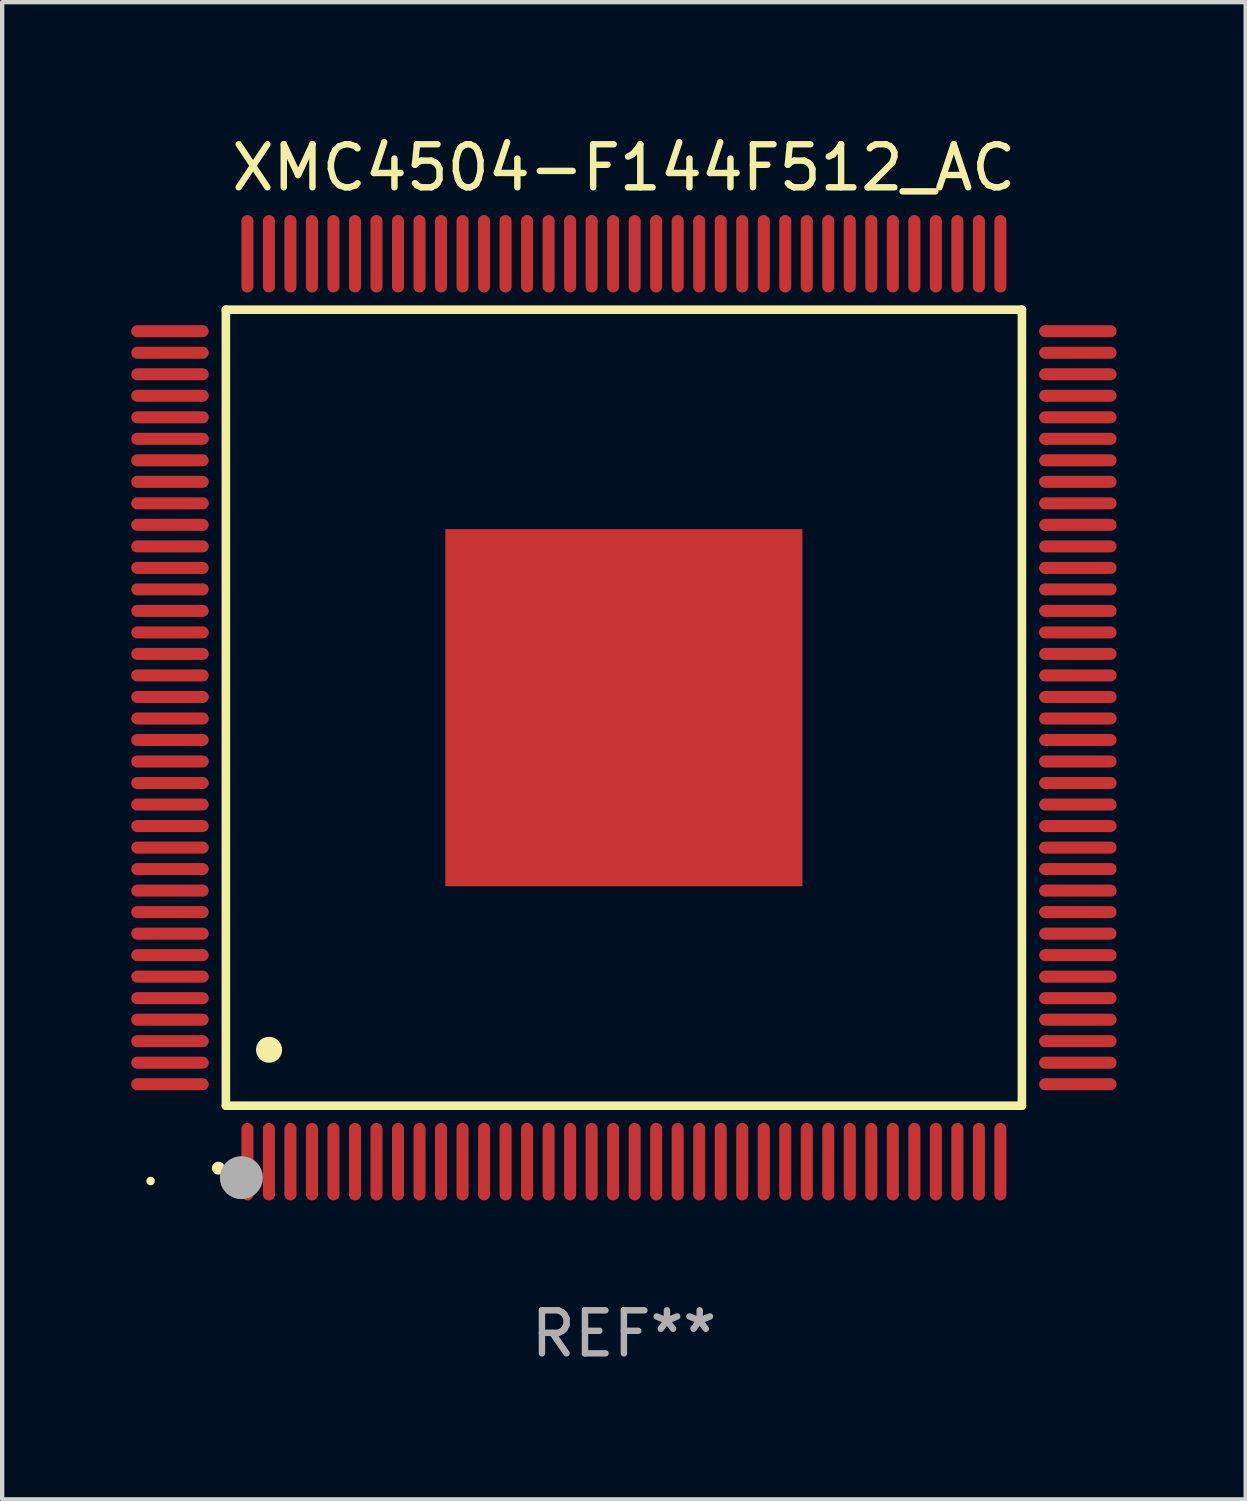
<source format=kicad_pcb>
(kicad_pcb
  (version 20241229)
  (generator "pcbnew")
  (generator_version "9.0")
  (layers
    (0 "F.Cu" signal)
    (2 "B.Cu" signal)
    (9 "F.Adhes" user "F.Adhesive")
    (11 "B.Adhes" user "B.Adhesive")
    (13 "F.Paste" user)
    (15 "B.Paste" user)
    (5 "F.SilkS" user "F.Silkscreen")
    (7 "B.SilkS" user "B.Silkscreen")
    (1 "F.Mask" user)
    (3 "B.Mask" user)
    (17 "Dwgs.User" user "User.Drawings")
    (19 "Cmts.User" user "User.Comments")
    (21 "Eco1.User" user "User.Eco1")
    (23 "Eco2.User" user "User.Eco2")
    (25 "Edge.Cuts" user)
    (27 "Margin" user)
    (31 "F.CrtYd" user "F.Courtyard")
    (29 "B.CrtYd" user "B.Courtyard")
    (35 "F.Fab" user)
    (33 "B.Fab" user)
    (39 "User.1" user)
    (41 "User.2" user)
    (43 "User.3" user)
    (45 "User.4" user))
  (footprint "XMC4504-F144F512_AC"
    (layer "F.Cu")
    (at 11.45 13.398)
    (property "Reference" "XMC4504-F144F512_AC" (at 0 -12.55 0) (layer "F.SilkS") (effects (font (size 1 1) (thickness 0.15))))
    (attr through_hole)
    (fp_line (start -9.25 -9.25) (end 9.25 -9.25) (stroke (width 0.2) (type solid)) (layer "F.SilkS"))
    (fp_line (start -9.25 9.25) (end -9.25 -9.25) (stroke (width 0.2) (type solid)) (layer "F.SilkS"))
    (fp_line (start 9.25 -9.25) (end 9.25 9.25) (stroke (width 0.2) (type solid)) (layer "F.SilkS"))
    (fp_line (start 9.25 9.25) (end -9.25 9.25) (stroke (width 0.2) (type solid)) (layer "F.SilkS"))
    (fp_arc (start -9.425959 10.701041) (mid -9.424689 10.701036) (end -9.423419 10.701041) (stroke (width 0.3) (type solid)) (layer "F.SilkS"))
    (fp_arc (start -8.249936 7.950216) (mid -8.247396 7.950205) (end -8.244856 7.950216) (stroke (width 0.6) (type solid)) (layer "F.SilkS"))
    (fp_circle (center -11 11) (end -10.95 11) (stroke (width 0.1) (type solid)) (fill no) (layer "F.SilkS"))
    (fp_circle (center -8.89 10.922) (end -8.64 10.922) (stroke (width 0.5) (type solid)) (fill no) (layer "F.Fab"))
    (fp_text user "REF**" (at 0 14.55 0) (layer "F.Fab") (effects (font (size 1 1) (thickness 0.15))))
    (pad "1" smd oval (at -8.75 10.55) (size 0.28 1.8) (layers "F.Cu" "F.Mask" "F.Paste"))
    (pad "2" smd oval (at -8.25 10.55) (size 0.28 1.8) (layers "F.Cu" "F.Mask" "F.Paste"))
    (pad "3" smd oval (at -7.75 10.55) (size 0.28 1.8) (layers "F.Cu" "F.Mask" "F.Paste"))
    (pad "4" smd oval (at -7.25 10.55) (size 0.28 1.8) (layers "F.Cu" "F.Mask" "F.Paste"))
    (pad "5" smd oval (at -6.75 10.55) (size 0.28 1.8) (layers "F.Cu" "F.Mask" "F.Paste"))
    (pad "6" smd oval (at -6.25 10.55) (size 0.28 1.8) (layers "F.Cu" "F.Mask" "F.Paste"))
    (pad "7" smd oval (at -5.75 10.55) (size 0.28 1.8) (layers "F.Cu" "F.Mask" "F.Paste"))
    (pad "8" smd oval (at -5.25 10.55) (size 0.28 1.8) (layers "F.Cu" "F.Mask" "F.Paste"))
    (pad "9" smd oval (at -4.75 10.55) (size 0.28 1.8) (layers "F.Cu" "F.Mask" "F.Paste"))
    (pad "10" smd oval (at -4.25 10.55) (size 0.28 1.8) (layers "F.Cu" "F.Mask" "F.Paste"))
    (pad "11" smd oval (at -3.75 10.55) (size 0.28 1.8) (layers "F.Cu" "F.Mask" "F.Paste"))
    (pad "12" smd oval (at -3.25 10.55) (size 0.28 1.8) (layers "F.Cu" "F.Mask" "F.Paste"))
    (pad "13" smd oval (at -2.75 10.55) (size 0.28 1.8) (layers "F.Cu" "F.Mask" "F.Paste"))
    (pad "14" smd oval (at -2.25 10.55) (size 0.28 1.8) (layers "F.Cu" "F.Mask" "F.Paste"))
    (pad "15" smd oval (at -1.75 10.55) (size 0.28 1.8) (layers "F.Cu" "F.Mask" "F.Paste"))
    (pad "16" smd oval (at -1.25 10.55) (size 0.28 1.8) (layers "F.Cu" "F.Mask" "F.Paste"))
    (pad "17" smd oval (at -0.75 10.55) (size 0.28 1.8) (layers "F.Cu" "F.Mask" "F.Paste"))
    (pad "18" smd oval (at -0.25 10.55) (size 0.28 1.8) (layers "F.Cu" "F.Mask" "F.Paste"))
    (pad "19" smd oval (at 0.25 10.55) (size 0.28 1.8) (layers "F.Cu" "F.Mask" "F.Paste"))
    (pad "20" smd oval (at 0.75 10.55) (size 0.28 1.8) (layers "F.Cu" "F.Mask" "F.Paste"))
    (pad "21" smd oval (at 1.25 10.55) (size 0.28 1.8) (layers "F.Cu" "F.Mask" "F.Paste"))
    (pad "22" smd oval (at 1.75 10.55) (size 0.28 1.8) (layers "F.Cu" "F.Mask" "F.Paste"))
    (pad "23" smd oval (at 2.25 10.55) (size 0.28 1.8) (layers "F.Cu" "F.Mask" "F.Paste"))
    (pad "24" smd oval (at 2.75 10.55) (size 0.28 1.8) (layers "F.Cu" "F.Mask" "F.Paste"))
    (pad "25" smd oval (at 3.25 10.55) (size 0.28 1.8) (layers "F.Cu" "F.Mask" "F.Paste"))
    (pad "26" smd oval (at 3.75 10.55) (size 0.28 1.8) (layers "F.Cu" "F.Mask" "F.Paste"))
    (pad "27" smd oval (at 4.25 10.55) (size 0.28 1.8) (layers "F.Cu" "F.Mask" "F.Paste"))
    (pad "28" smd oval (at 4.75 10.55) (size 0.28 1.8) (layers "F.Cu" "F.Mask" "F.Paste"))
    (pad "29" smd oval (at 5.25 10.55) (size 0.28 1.8) (layers "F.Cu" "F.Mask" "F.Paste"))
    (pad "30" smd oval (at 5.75 10.55) (size 0.28 1.8) (layers "F.Cu" "F.Mask" "F.Paste"))
    (pad "31" smd oval (at 6.25 10.55) (size 0.28 1.8) (layers "F.Cu" "F.Mask" "F.Paste"))
    (pad "32" smd oval (at 6.75 10.55) (size 0.28 1.8) (layers "F.Cu" "F.Mask" "F.Paste"))
    (pad "33" smd oval (at 7.25 10.55) (size 0.28 1.8) (layers "F.Cu" "F.Mask" "F.Paste"))
    (pad "34" smd oval (at 7.75 10.55) (size 0.28 1.8) (layers "F.Cu" "F.Mask" "F.Paste"))
    (pad "35" smd oval (at 8.25 10.55) (size 0.28 1.8) (layers "F.Cu" "F.Mask" "F.Paste"))
    (pad "36" smd oval (at 8.75 10.55) (size 0.28 1.8) (layers "F.Cu" "F.Mask" "F.Paste"))
    (pad "37" smd oval (at 10.55 8.75) (size 1.8 0.28) (layers "F.Cu" "F.Mask" "F.Paste"))
    (pad "38" smd oval (at 10.55 8.25) (size 1.8 0.28) (layers "F.Cu" "F.Mask" "F.Paste"))
    (pad "39" smd oval (at 10.55 7.75) (size 1.8 0.28) (layers "F.Cu" "F.Mask" "F.Paste"))
    (pad "40" smd oval (at 10.55 7.25) (size 1.8 0.28) (layers "F.Cu" "F.Mask" "F.Paste"))
    (pad "41" smd oval (at 10.55 6.75) (size 1.8 0.28) (layers "F.Cu" "F.Mask" "F.Paste"))
    (pad "42" smd oval (at 10.55 6.25) (size 1.8 0.28) (layers "F.Cu" "F.Mask" "F.Paste"))
    (pad "43" smd oval (at 10.55 5.75) (size 1.8 0.28) (layers "F.Cu" "F.Mask" "F.Paste"))
    (pad "44" smd oval (at 10.55 5.25) (size 1.8 0.28) (layers "F.Cu" "F.Mask" "F.Paste"))
    (pad "45" smd oval (at 10.55 4.75) (size 1.8 0.28) (layers "F.Cu" "F.Mask" "F.Paste"))
    (pad "46" smd oval (at 10.55 4.25) (size 1.8 0.28) (layers "F.Cu" "F.Mask" "F.Paste"))
    (pad "47" smd oval (at 10.55 3.75) (size 1.8 0.28) (layers "F.Cu" "F.Mask" "F.Paste"))
    (pad "48" smd oval (at 10.55 3.25) (size 1.8 0.28) (layers "F.Cu" "F.Mask" "F.Paste"))
    (pad "49" smd oval (at 10.55 2.75) (size 1.8 0.28) (layers "F.Cu" "F.Mask" "F.Paste"))
    (pad "50" smd oval (at 10.55 2.25) (size 1.8 0.28) (layers "F.Cu" "F.Mask" "F.Paste"))
    (pad "51" smd oval (at 10.55 1.75) (size 1.8 0.28) (layers "F.Cu" "F.Mask" "F.Paste"))
    (pad "52" smd oval (at 10.55 1.25) (size 1.8 0.28) (layers "F.Cu" "F.Mask" "F.Paste"))
    (pad "53" smd oval (at 10.55 0.75) (size 1.8 0.28) (layers "F.Cu" "F.Mask" "F.Paste"))
    (pad "54" smd oval (at 10.55 0.25) (size 1.8 0.28) (layers "F.Cu" "F.Mask" "F.Paste"))
    (pad "55" smd oval (at 10.55 -0.25) (size 1.8 0.28) (layers "F.Cu" "F.Mask" "F.Paste"))
    (pad "56" smd oval (at 10.55 -0.75) (size 1.8 0.28) (layers "F.Cu" "F.Mask" "F.Paste"))
    (pad "57" smd oval (at 10.55 -1.25) (size 1.8 0.28) (layers "F.Cu" "F.Mask" "F.Paste"))
    (pad "58" smd oval (at 10.55 -1.75) (size 1.8 0.28) (layers "F.Cu" "F.Mask" "F.Paste"))
    (pad "59" smd oval (at 10.55 -2.25) (size 1.8 0.28) (layers "F.Cu" "F.Mask" "F.Paste"))
    (pad "60" smd oval (at 10.55 -2.75) (size 1.8 0.28) (layers "F.Cu" "F.Mask" "F.Paste"))
    (pad "61" smd oval (at 10.55 -3.25) (size 1.8 0.28) (layers "F.Cu" "F.Mask" "F.Paste"))
    (pad "62" smd oval (at 10.55 -3.75) (size 1.8 0.28) (layers "F.Cu" "F.Mask" "F.Paste"))
    (pad "63" smd oval (at 10.55 -4.25) (size 1.8 0.28) (layers "F.Cu" "F.Mask" "F.Paste"))
    (pad "64" smd oval (at 10.55 -4.75) (size 1.8 0.28) (layers "F.Cu" "F.Mask" "F.Paste"))
    (pad "65" smd oval (at 10.55 -5.25) (size 1.8 0.28) (layers "F.Cu" "F.Mask" "F.Paste"))
    (pad "66" smd oval (at 10.55 -5.75) (size 1.8 0.28) (layers "F.Cu" "F.Mask" "F.Paste"))
    (pad "67" smd oval (at 10.55 -6.25) (size 1.8 0.28) (layers "F.Cu" "F.Mask" "F.Paste"))
    (pad "68" smd oval (at 10.55 -6.75) (size 1.8 0.28) (layers "F.Cu" "F.Mask" "F.Paste"))
    (pad "69" smd oval (at 10.55 -7.25) (size 1.8 0.28) (layers "F.Cu" "F.Mask" "F.Paste"))
    (pad "70" smd oval (at 10.55 -7.75) (size 1.8 0.28) (layers "F.Cu" "F.Mask" "F.Paste"))
    (pad "71" smd oval (at 10.55 -8.25) (size 1.8 0.28) (layers "F.Cu" "F.Mask" "F.Paste"))
    (pad "72" smd oval (at 10.55 -8.75) (size 1.8 0.28) (layers "F.Cu" "F.Mask" "F.Paste"))
    (pad "73" smd oval (at 8.75 -10.55) (size 0.28 1.8) (layers "F.Cu" "F.Mask" "F.Paste"))
    (pad "74" smd oval (at 8.25 -10.55) (size 0.28 1.8) (layers "F.Cu" "F.Mask" "F.Paste"))
    (pad "75" smd oval (at 7.75 -10.55) (size 0.28 1.8) (layers "F.Cu" "F.Mask" "F.Paste"))
    (pad "76" smd oval (at 7.25 -10.55) (size 0.28 1.8) (layers "F.Cu" "F.Mask" "F.Paste"))
    (pad "77" smd oval (at 6.75 -10.55) (size 0.28 1.8) (layers "F.Cu" "F.Mask" "F.Paste"))
    (pad "78" smd oval (at 6.25 -10.55) (size 0.28 1.8) (layers "F.Cu" "F.Mask" "F.Paste"))
    (pad "79" smd oval (at 5.75 -10.55) (size 0.28 1.8) (layers "F.Cu" "F.Mask" "F.Paste"))
    (pad "80" smd oval (at 5.25 -10.55) (size 0.28 1.8) (layers "F.Cu" "F.Mask" "F.Paste"))
    (pad "81" smd oval (at 4.75 -10.55) (size 0.28 1.8) (layers "F.Cu" "F.Mask" "F.Paste"))
    (pad "82" smd oval (at 4.25 -10.55) (size 0.28 1.8) (layers "F.Cu" "F.Mask" "F.Paste"))
    (pad "83" smd oval (at 3.75 -10.55) (size 0.28 1.8) (layers "F.Cu" "F.Mask" "F.Paste"))
    (pad "84" smd oval (at 3.25 -10.55) (size 0.28 1.8) (layers "F.Cu" "F.Mask" "F.Paste"))
    (pad "85" smd oval (at 2.75 -10.55) (size 0.28 1.8) (layers "F.Cu" "F.Mask" "F.Paste"))
    (pad "86" smd oval (at 2.25 -10.55) (size 0.28 1.8) (layers "F.Cu" "F.Mask" "F.Paste"))
    (pad "87" smd oval (at 1.75 -10.55) (size 0.28 1.8) (layers "F.Cu" "F.Mask" "F.Paste"))
    (pad "88" smd oval (at 1.25 -10.55) (size 0.28 1.8) (layers "F.Cu" "F.Mask" "F.Paste"))
    (pad "89" smd oval (at 0.75 -10.55) (size 0.28 1.8) (layers "F.Cu" "F.Mask" "F.Paste"))
    (pad "90" smd oval (at 0.25 -10.55) (size 0.28 1.8) (layers "F.Cu" "F.Mask" "F.Paste"))
    (pad "91" smd oval (at -0.25 -10.55) (size 0.28 1.8) (layers "F.Cu" "F.Mask" "F.Paste"))
    (pad "92" smd oval (at -0.75 -10.55) (size 0.28 1.8) (layers "F.Cu" "F.Mask" "F.Paste"))
    (pad "93" smd oval (at -1.25 -10.55) (size 0.28 1.8) (layers "F.Cu" "F.Mask" "F.Paste"))
    (pad "94" smd oval (at -1.75 -10.55) (size 0.28 1.8) (layers "F.Cu" "F.Mask" "F.Paste"))
    (pad "95" smd oval (at -2.25 -10.55) (size 0.28 1.8) (layers "F.Cu" "F.Mask" "F.Paste"))
    (pad "96" smd oval (at -2.75 -10.55) (size 0.28 1.8) (layers "F.Cu" "F.Mask" "F.Paste"))
    (pad "97" smd oval (at -3.25 -10.55) (size 0.28 1.8) (layers "F.Cu" "F.Mask" "F.Paste"))
    (pad "98" smd oval (at -3.75 -10.55) (size 0.28 1.8) (layers "F.Cu" "F.Mask" "F.Paste"))
    (pad "99" smd oval (at -4.25 -10.55) (size 0.28 1.8) (layers "F.Cu" "F.Mask" "F.Paste"))
    (pad "100" smd oval (at -4.75 -10.55) (size 0.28 1.8) (layers "F.Cu" "F.Mask" "F.Paste"))
    (pad "101" smd oval (at -5.25 -10.55) (size 0.28 1.8) (layers "F.Cu" "F.Mask" "F.Paste"))
    (pad "102" smd oval (at -5.75 -10.55) (size 0.28 1.8) (layers "F.Cu" "F.Mask" "F.Paste"))
    (pad "103" smd oval (at -6.25 -10.55) (size 0.28 1.8) (layers "F.Cu" "F.Mask" "F.Paste"))
    (pad "104" smd oval (at -6.75 -10.55) (size 0.28 1.8) (layers "F.Cu" "F.Mask" "F.Paste"))
    (pad "105" smd oval (at -7.25 -10.55) (size 0.28 1.8) (layers "F.Cu" "F.Mask" "F.Paste"))
    (pad "106" smd oval (at -7.75 -10.55) (size 0.28 1.8) (layers "F.Cu" "F.Mask" "F.Paste"))
    (pad "107" smd oval (at -8.25 -10.55) (size 0.28 1.8) (layers "F.Cu" "F.Mask" "F.Paste"))
    (pad "108" smd oval (at -8.75 -10.55) (size 0.28 1.8) (layers "F.Cu" "F.Mask" "F.Paste"))
    (pad "109" smd oval (at -10.55 -8.75) (size 1.8 0.28) (layers "F.Cu" "F.Mask" "F.Paste"))
    (pad "110" smd oval (at -10.55 -8.25) (size 1.8 0.28) (layers "F.Cu" "F.Mask" "F.Paste"))
    (pad "111" smd oval (at -10.55 -7.75) (size 1.8 0.28) (layers "F.Cu" "F.Mask" "F.Paste"))
    (pad "112" smd oval (at -10.55 -7.25) (size 1.8 0.28) (layers "F.Cu" "F.Mask" "F.Paste"))
    (pad "113" smd oval (at -10.55 -6.75) (size 1.8 0.28) (layers "F.Cu" "F.Mask" "F.Paste"))
    (pad "114" smd oval (at -10.55 -6.25) (size 1.8 0.28) (layers "F.Cu" "F.Mask" "F.Paste"))
    (pad "115" smd oval (at -10.55 -5.75) (size 1.8 0.28) (layers "F.Cu" "F.Mask" "F.Paste"))
    (pad "116" smd oval (at -10.55 -5.25) (size 1.8 0.28) (layers "F.Cu" "F.Mask" "F.Paste"))
    (pad "117" smd oval (at -10.55 -4.75) (size 1.8 0.28) (layers "F.Cu" "F.Mask" "F.Paste"))
    (pad "118" smd oval (at -10.55 -4.25) (size 1.8 0.28) (layers "F.Cu" "F.Mask" "F.Paste"))
    (pad "119" smd oval (at -10.55 -3.75) (size 1.8 0.28) (layers "F.Cu" "F.Mask" "F.Paste"))
    (pad "120" smd oval (at -10.55 -3.25) (size 1.8 0.28) (layers "F.Cu" "F.Mask" "F.Paste"))
    (pad "121" smd oval (at -10.55 -2.75) (size 1.8 0.28) (layers "F.Cu" "F.Mask" "F.Paste"))
    (pad "122" smd oval (at -10.55 -2.25) (size 1.8 0.28) (layers "F.Cu" "F.Mask" "F.Paste"))
    (pad "123" smd oval (at -10.55 -1.75) (size 1.8 0.28) (layers "F.Cu" "F.Mask" "F.Paste"))
    (pad "124" smd oval (at -10.55 -1.25) (size 1.8 0.28) (layers "F.Cu" "F.Mask" "F.Paste"))
    (pad "125" smd oval (at -10.55 -0.75) (size 1.8 0.28) (layers "F.Cu" "F.Mask" "F.Paste"))
    (pad "126" smd oval (at -10.55 -0.25) (size 1.8 0.28) (layers "F.Cu" "F.Mask" "F.Paste"))
    (pad "127" smd oval (at -10.55 0.25) (size 1.8 0.28) (layers "F.Cu" "F.Mask" "F.Paste"))
    (pad "128" smd oval (at -10.55 0.75) (size 1.8 0.28) (layers "F.Cu" "F.Mask" "F.Paste"))
    (pad "129" smd oval (at -10.55 1.25) (size 1.8 0.28) (layers "F.Cu" "F.Mask" "F.Paste"))
    (pad "130" smd oval (at -10.55 1.75) (size 1.8 0.28) (layers "F.Cu" "F.Mask" "F.Paste"))
    (pad "131" smd oval (at -10.55 2.25) (size 1.8 0.28) (layers "F.Cu" "F.Mask" "F.Paste"))
    (pad "132" smd oval (at -10.55 2.75) (size 1.8 0.28) (layers "F.Cu" "F.Mask" "F.Paste"))
    (pad "133" smd oval (at -10.55 3.25) (size 1.8 0.28) (layers "F.Cu" "F.Mask" "F.Paste"))
    (pad "134" smd oval (at -10.55 3.75) (size 1.8 0.28) (layers "F.Cu" "F.Mask" "F.Paste"))
    (pad "135" smd oval (at -10.55 4.25) (size 1.8 0.28) (layers "F.Cu" "F.Mask" "F.Paste"))
    (pad "136" smd oval (at -10.55 4.75) (size 1.8 0.28) (layers "F.Cu" "F.Mask" "F.Paste"))
    (pad "137" smd oval (at -10.55 5.25) (size 1.8 0.28) (layers "F.Cu" "F.Mask" "F.Paste"))
    (pad "138" smd oval (at -10.55 5.75) (size 1.8 0.28) (layers "F.Cu" "F.Mask" "F.Paste"))
    (pad "139" smd oval (at -10.55 6.25) (size 1.8 0.28) (layers "F.Cu" "F.Mask" "F.Paste"))
    (pad "140" smd oval (at -10.55 6.75) (size 1.8 0.28) (layers "F.Cu" "F.Mask" "F.Paste"))
    (pad "141" smd oval (at -10.55 7.25) (size 1.8 0.28) (layers "F.Cu" "F.Mask" "F.Paste"))
    (pad "142" smd oval (at -10.55 7.75) (size 1.8 0.28) (layers "F.Cu" "F.Mask" "F.Paste"))
    (pad "143" smd oval (at -10.55 8.25) (size 1.8 0.28) (layers "F.Cu" "F.Mask" "F.Paste"))
    (pad "144" smd oval (at -10.55 8.75) (size 1.8 0.28) (layers "F.Cu" "F.Mask" "F.Paste"))
    (pad "145" smd rect (at 0 0) (size 8.3 8.3) (layers "F.Cu" "F.Mask" "F.Paste")))
  (gr_rect
    (start -3 -3)
    (end 25.9 31.796)
    (stroke (width 0.1) (type default))
    (fill no)
    (layer "Edge.Cuts")))
</source>
